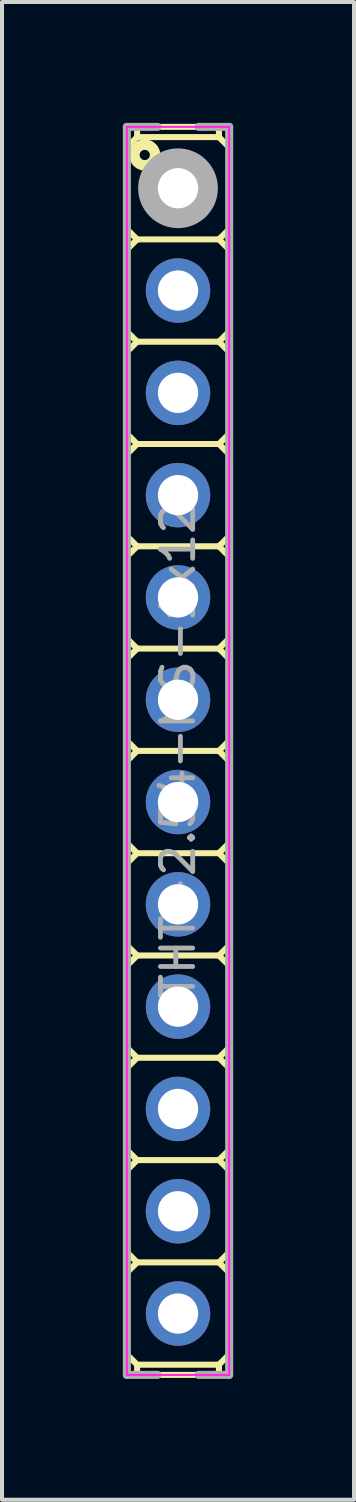
<source format=kicad_pcb>
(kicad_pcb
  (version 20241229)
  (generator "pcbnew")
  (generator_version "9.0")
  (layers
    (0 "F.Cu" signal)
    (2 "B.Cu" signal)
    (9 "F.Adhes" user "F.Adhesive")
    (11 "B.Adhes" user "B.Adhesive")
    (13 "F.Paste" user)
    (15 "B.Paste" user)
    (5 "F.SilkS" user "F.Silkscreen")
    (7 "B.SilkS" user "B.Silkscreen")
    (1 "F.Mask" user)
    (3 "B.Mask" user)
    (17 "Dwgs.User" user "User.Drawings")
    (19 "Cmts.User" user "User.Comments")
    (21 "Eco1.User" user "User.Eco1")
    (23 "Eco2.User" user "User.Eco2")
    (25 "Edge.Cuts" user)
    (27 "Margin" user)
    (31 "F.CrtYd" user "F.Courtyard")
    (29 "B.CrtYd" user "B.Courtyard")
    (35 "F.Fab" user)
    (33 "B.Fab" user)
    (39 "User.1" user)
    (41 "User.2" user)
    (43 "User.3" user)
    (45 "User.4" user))
  (footprint "THT-2.54-MS-1x12"
    (layer "F.Cu")
    (at 1.37 15.594)
    (property "Reference" "THT-2.54-MS-1x12" (at 0 0 270) (layer "F.Fab") (effects (font (size 0.8 0.8) (thickness 0.12))))
    (attr through_hole)
    (fp_line (start -1.27 -14.986) (end -1.27 -12.954) (stroke (width 0.15) (type solid)) (layer "F.SilkS"))
    (fp_line (start -1.27 -14.986) (end -1.016 -15.24) (stroke (width 0.15) (type solid)) (layer "F.SilkS"))
    (fp_line (start -1.27 -12.954) (end -1.016 -12.7) (stroke (width 0.15) (type solid)) (layer "F.SilkS"))
    (fp_line (start -1.27 -12.446) (end -1.27 -10.414) (stroke (width 0.15) (type solid)) (layer "F.SilkS"))
    (fp_line (start -1.27 -10.414) (end -1.016 -10.16) (stroke (width 0.15) (type solid)) (layer "F.SilkS"))
    (fp_line (start -1.27 -9.906) (end -1.27 -7.874) (stroke (width 0.15) (type solid)) (layer "F.SilkS"))
    (fp_line (start -1.27 -7.874) (end -1.016 -7.62) (stroke (width 0.15) (type solid)) (layer "F.SilkS"))
    (fp_line (start -1.27 -7.366) (end -1.27 -5.334) (stroke (width 0.15) (type solid)) (layer "F.SilkS"))
    (fp_line (start -1.27 -5.334) (end -1.016 -5.08) (stroke (width 0.15) (type solid)) (layer "F.SilkS"))
    (fp_line (start -1.27 -4.826) (end -1.27 -2.794) (stroke (width 0.15) (type solid)) (layer "F.SilkS"))
    (fp_line (start -1.27 -2.794) (end -1.016 -2.54) (stroke (width 0.15) (type solid)) (layer "F.SilkS"))
    (fp_line (start -1.27 -2.286) (end -1.27 -0.254) (stroke (width 0.15) (type solid)) (layer "F.SilkS"))
    (fp_line (start -1.27 -0.254) (end -1.016 0) (stroke (width 0.15) (type solid)) (layer "F.SilkS"))
    (fp_line (start -1.27 0.254) (end -1.27 2.286) (stroke (width 0.15) (type solid)) (layer "F.SilkS"))
    (fp_line (start -1.27 2.286) (end -1.016 2.54) (stroke (width 0.15) (type solid)) (layer "F.SilkS"))
    (fp_line (start -1.27 2.794) (end -1.27 4.826) (stroke (width 0.15) (type solid)) (layer "F.SilkS"))
    (fp_line (start -1.27 4.826) (end -1.016 5.08) (stroke (width 0.15) (type solid)) (layer "F.SilkS"))
    (fp_line (start -1.27 5.334) (end -1.27 7.366) (stroke (width 0.15) (type solid)) (layer "F.SilkS"))
    (fp_line (start -1.27 7.366) (end -1.016 7.62) (stroke (width 0.15) (type solid)) (layer "F.SilkS"))
    (fp_line (start -1.27 7.874) (end -1.27 9.906) (stroke (width 0.15) (type solid)) (layer "F.SilkS"))
    (fp_line (start -1.27 9.906) (end -1.016 10.16) (stroke (width 0.15) (type solid)) (layer "F.SilkS"))
    (fp_line (start -1.27 10.414) (end -1.27 12.446) (stroke (width 0.15) (type solid)) (layer "F.SilkS"))
    (fp_line (start -1.27 10.414) (end -1.016 10.16) (stroke (width 0.15) (type solid)) (layer "F.SilkS"))
    (fp_line (start -1.27 12.446) (end -1.016 12.7) (stroke (width 0.15) (type solid)) (layer "F.SilkS"))
    (fp_line (start -1.27 12.954) (end -1.27 14.986) (stroke (width 0.15) (type solid)) (layer "F.SilkS"))
    (fp_line (start -1.27 14.986) (end -1.016 15.24) (stroke (width 0.15) (type solid)) (layer "F.SilkS"))
    (fp_line (start -1.016 -15.494) (end 1.016 -15.494) (stroke (width 0.15) (type solid)) (layer "F.SilkS"))
    (fp_line (start -1.016 -15.24) (end -1.016 -15.494) (stroke (width 0.15) (type solid)) (layer "F.SilkS"))
    (fp_line (start -1.016 -15.24) (end 1.016 -15.24) (stroke (width 0.15) (type solid)) (layer "F.SilkS"))
    (fp_line (start -1.016 -12.7) (end -1.27 -12.446) (stroke (width 0.15) (type solid)) (layer "F.SilkS"))
    (fp_line (start -1.016 -10.16) (end -1.27 -9.906) (stroke (width 0.15) (type solid)) (layer "F.SilkS"))
    (fp_line (start -1.016 -10.16) (end 1.016 -10.16) (stroke (width 0.15) (type solid)) (layer "F.SilkS"))
    (fp_line (start -1.016 -7.62) (end -1.27 -7.366) (stroke (width 0.15) (type solid)) (layer "F.SilkS"))
    (fp_line (start -1.016 -5.08) (end -1.27 -4.826) (stroke (width 0.15) (type solid)) (layer "F.SilkS"))
    (fp_line (start -1.016 -2.54) (end -1.27 -2.286) (stroke (width 0.15) (type solid)) (layer "F.SilkS"))
    (fp_line (start -1.016 0) (end -1.27 0.254) (stroke (width 0.15) (type solid)) (layer "F.SilkS"))
    (fp_line (start -1.016 2.54) (end -1.27 2.794) (stroke (width 0.15) (type solid)) (layer "F.SilkS"))
    (fp_line (start -1.016 5.08) (end -1.27 5.334) (stroke (width 0.15) (type solid)) (layer "F.SilkS"))
    (fp_line (start -1.016 7.62) (end -1.27 7.874) (stroke (width 0.15) (type solid)) (layer "F.SilkS"))
    (fp_line (start -1.016 10.16) (end 1.016 10.16) (stroke (width 0.15) (type solid)) (layer "F.SilkS"))
    (fp_line (start -1.016 12.7) (end -1.27 12.954) (stroke (width 0.15) (type solid)) (layer "F.SilkS"))
    (fp_line (start -1.016 15.24) (end -1.016 15.494) (stroke (width 0.15) (type solid)) (layer "F.SilkS"))
    (fp_line (start -1.016 15.24) (end 1.016 15.24) (stroke (width 0.15) (type solid)) (layer "F.SilkS"))
    (fp_line (start -1.016 15.494) (end 1.016 15.494) (stroke (width 0.15) (type solid)) (layer "F.SilkS"))
    (fp_line (start 1.016 -15.494) (end 1.016 -15.24) (stroke (width 0.15) (type solid)) (layer "F.SilkS"))
    (fp_line (start 1.016 -15.24) (end 1.27 -14.986) (stroke (width 0.15) (type solid)) (layer "F.SilkS"))
    (fp_line (start 1.016 -12.7) (end -1.016 -12.7) (stroke (width 0.15) (type solid)) (layer "F.SilkS"))
    (fp_line (start 1.016 -10.16) (end 1.27 -10.414) (stroke (width 0.15) (type solid)) (layer "F.SilkS"))
    (fp_line (start 1.016 -7.62) (end -1.016 -7.62) (stroke (width 0.15) (type solid)) (layer "F.SilkS"))
    (fp_line (start 1.016 -7.62) (end 1.27 -7.874) (stroke (width 0.15) (type solid)) (layer "F.SilkS"))
    (fp_line (start 1.016 -5.08) (end -1.016 -5.08) (stroke (width 0.15) (type solid)) (layer "F.SilkS"))
    (fp_line (start 1.016 -5.08) (end 1.27 -5.334) (stroke (width 0.15) (type solid)) (layer "F.SilkS"))
    (fp_line (start 1.016 -2.54) (end -1.016 -2.54) (stroke (width 0.15) (type solid)) (layer "F.SilkS"))
    (fp_line (start 1.016 -2.54) (end 1.27 -2.794) (stroke (width 0.15) (type solid)) (layer "F.SilkS"))
    (fp_line (start 1.016 0) (end -1.016 0) (stroke (width 0.15) (type solid)) (layer "F.SilkS"))
    (fp_line (start 1.016 0) (end 1.27 -0.254) (stroke (width 0.15) (type solid)) (layer "F.SilkS"))
    (fp_line (start 1.016 2.54) (end -1.016 2.54) (stroke (width 0.15) (type solid)) (layer "F.SilkS"))
    (fp_line (start 1.016 2.54) (end 1.27 2.286) (stroke (width 0.15) (type solid)) (layer "F.SilkS"))
    (fp_line (start 1.016 5.08) (end -1.016 5.08) (stroke (width 0.15) (type solid)) (layer "F.SilkS"))
    (fp_line (start 1.016 5.08) (end 1.27 4.826) (stroke (width 0.15) (type solid)) (layer "F.SilkS"))
    (fp_line (start 1.016 7.62) (end -1.016 7.62) (stroke (width 0.15) (type solid)) (layer "F.SilkS"))
    (fp_line (start 1.016 7.62) (end 1.27 7.366) (stroke (width 0.15) (type solid)) (layer "F.SilkS"))
    (fp_line (start 1.016 10.16) (end 1.27 9.906) (stroke (width 0.15) (type solid)) (layer "F.SilkS"))
    (fp_line (start 1.016 10.16) (end 1.27 10.414) (stroke (width 0.15) (type solid)) (layer "F.SilkS"))
    (fp_line (start 1.016 12.7) (end -1.016 12.7) (stroke (width 0.15) (type solid)) (layer "F.SilkS"))
    (fp_line (start 1.016 12.7) (end 1.27 12.446) (stroke (width 0.15) (type solid)) (layer "F.SilkS"))
    (fp_line (start 1.016 15.24) (end 1.27 14.986) (stroke (width 0.15) (type solid)) (layer "F.SilkS"))
    (fp_line (start 1.016 15.494) (end 1.016 15.24) (stroke (width 0.15) (type solid)) (layer "F.SilkS"))
    (fp_line (start 1.27 -14.986) (end 1.27 -12.954) (stroke (width 0.15) (type solid)) (layer "F.SilkS"))
    (fp_line (start 1.27 -12.954) (end 1.016 -12.7) (stroke (width 0.15) (type solid)) (layer "F.SilkS"))
    (fp_line (start 1.27 -12.446) (end 1.016 -12.7) (stroke (width 0.15) (type solid)) (layer "F.SilkS"))
    (fp_line (start 1.27 -10.414) (end 1.27 -12.446) (stroke (width 0.15) (type solid)) (layer "F.SilkS"))
    (fp_line (start 1.27 -9.906) (end 1.016 -10.16) (stroke (width 0.15) (type solid)) (layer "F.SilkS"))
    (fp_line (start 1.27 -7.874) (end 1.27 -9.906) (stroke (width 0.15) (type solid)) (layer "F.SilkS"))
    (fp_line (start 1.27 -7.366) (end 1.016 -7.62) (stroke (width 0.15) (type solid)) (layer "F.SilkS"))
    (fp_line (start 1.27 -5.334) (end 1.27 -7.366) (stroke (width 0.15) (type solid)) (layer "F.SilkS"))
    (fp_line (start 1.27 -4.826) (end 1.016 -5.08) (stroke (width 0.15) (type solid)) (layer "F.SilkS"))
    (fp_line (start 1.27 -2.794) (end 1.27 -4.826) (stroke (width 0.15) (type solid)) (layer "F.SilkS"))
    (fp_line (start 1.27 -2.286) (end 1.016 -2.54) (stroke (width 0.15) (type solid)) (layer "F.SilkS"))
    (fp_line (start 1.27 -0.254) (end 1.27 -2.286) (stroke (width 0.15) (type solid)) (layer "F.SilkS"))
    (fp_line (start 1.27 0.254) (end 1.016 0) (stroke (width 0.15) (type solid)) (layer "F.SilkS"))
    (fp_line (start 1.27 2.286) (end 1.27 0.254) (stroke (width 0.15) (type solid)) (layer "F.SilkS"))
    (fp_line (start 1.27 2.794) (end 1.016 2.54) (stroke (width 0.15) (type solid)) (layer "F.SilkS"))
    (fp_line (start 1.27 4.826) (end 1.27 2.794) (stroke (width 0.15) (type solid)) (layer "F.SilkS"))
    (fp_line (start 1.27 5.334) (end 1.016 5.08) (stroke (width 0.15) (type solid)) (layer "F.SilkS"))
    (fp_line (start 1.27 7.366) (end 1.27 5.334) (stroke (width 0.15) (type solid)) (layer "F.SilkS"))
    (fp_line (start 1.27 7.874) (end 1.016 7.62) (stroke (width 0.15) (type solid)) (layer "F.SilkS"))
    (fp_line (start 1.27 9.906) (end 1.27 7.874) (stroke (width 0.15) (type solid)) (layer "F.SilkS"))
    (fp_line (start 1.27 12.446) (end 1.27 10.414) (stroke (width 0.15) (type solid)) (layer "F.SilkS"))
    (fp_line (start 1.27 12.954) (end 1.016 12.7) (stroke (width 0.15) (type solid)) (layer "F.SilkS"))
    (fp_line (start 1.27 14.986) (end 1.27 12.954) (stroke (width 0.15) (type solid)) (layer "F.SilkS"))
    (fp_circle (center -0.826 -14.796) (end -0.699 -14.796) (stroke (width 0.26) (type solid)) (fill no) (layer "F.SilkS"))
    (fp_line (start -1.27 -15.494) (end 1.27 -15.494) (stroke (width 0.05) (type solid)) (layer "F.CrtYd"))
    (fp_line (start -1.27 15.494) (end -1.27 -15.494) (stroke (width 0.05) (type solid)) (layer "F.CrtYd"))
    (fp_line (start 1.27 -15.494) (end 1.27 15.494) (stroke (width 0.05) (type solid)) (layer "F.CrtYd"))
    (fp_line (start 1.27 15.494) (end -1.27 15.494) (stroke (width 0.05) (type solid)) (layer "F.CrtYd"))
    (fp_line (start -1.27 -15.494) (end -1.27 15.494) (stroke (width 0.2) (type solid)) (layer "F.Fab"))
    (fp_line (start -0.508 -15.494) (end -1.27 -15.494) (stroke (width 0.2) (type solid)) (layer "F.Fab"))
    (fp_line (start -0.508 15.494) (end -1.27 15.494) (stroke (width 0.2) (type solid)) (layer "F.Fab"))
    (fp_line (start 1.27 -15.494) (end 0.508 -15.494) (stroke (width 0.2) (type solid)) (layer "F.Fab"))
    (fp_line (start 1.27 15.494) (end 0.508 15.494) (stroke (width 0.2) (type solid)) (layer "F.Fab"))
    (fp_line (start 1.27 15.494) (end 1.27 -15.494) (stroke (width 0.2) (type solid)) (layer "F.Fab"))
    (fp_circle (center 0 -13.97) (end 0 -13.78) (stroke (width 0.8) (type solid)) (fill no) (layer "F.Fab"))
    (pad "1" thru_hole circle (at 0 -13.97) (size 1.6 1.6) (drill 1) (layers "*.Cu" "*.Mask"))
    (pad "2" thru_hole circle (at 0 -11.43) (size 1.6 1.6) (drill 1) (layers "*.Cu" "*.Mask"))
    (pad "3" thru_hole circle (at 0 -8.89) (size 1.6 1.6) (drill 1) (layers "*.Cu" "*.Mask"))
    (pad "4" thru_hole circle (at 0 -6.35) (size 1.6 1.6) (drill 1) (layers "*.Cu" "*.Mask"))
    (pad "5" thru_hole circle (at 0 -3.81) (size 1.6 1.6) (drill 1) (layers "*.Cu" "*.Mask"))
    (pad "6" thru_hole circle (at 0 -1.27) (size 1.6 1.6) (drill 1) (layers "*.Cu" "*.Mask"))
    (pad "7" thru_hole circle (at 0 1.27) (size 1.6 1.6) (drill 1) (layers "*.Cu" "*.Mask"))
    (pad "8" thru_hole circle (at 0 3.81) (size 1.6 1.6) (drill 1) (layers "*.Cu" "*.Mask"))
    (pad "9" thru_hole circle (at 0 6.35) (size 1.6 1.6) (drill 1) (layers "*.Cu" "*.Mask"))
    (pad "10" thru_hole circle (at 0 8.89) (size 1.6 1.6) (drill 1) (layers "*.Cu" "*.Mask"))
    (pad "11" thru_hole circle (at 0 11.43) (size 1.6 1.6) (drill 1) (layers "*.Cu" "*.Mask"))
    (pad "12" thru_hole circle (at 0 13.97) (size 1.6 1.6) (drill 1) (layers "*.Cu" "*.Mask")))
  (gr_rect
    (start -3 -3)
    (end 5.74 34.188)
    (stroke (width 0.1) (type default))
    (fill no)
    (layer "Edge.Cuts")))
</source>
